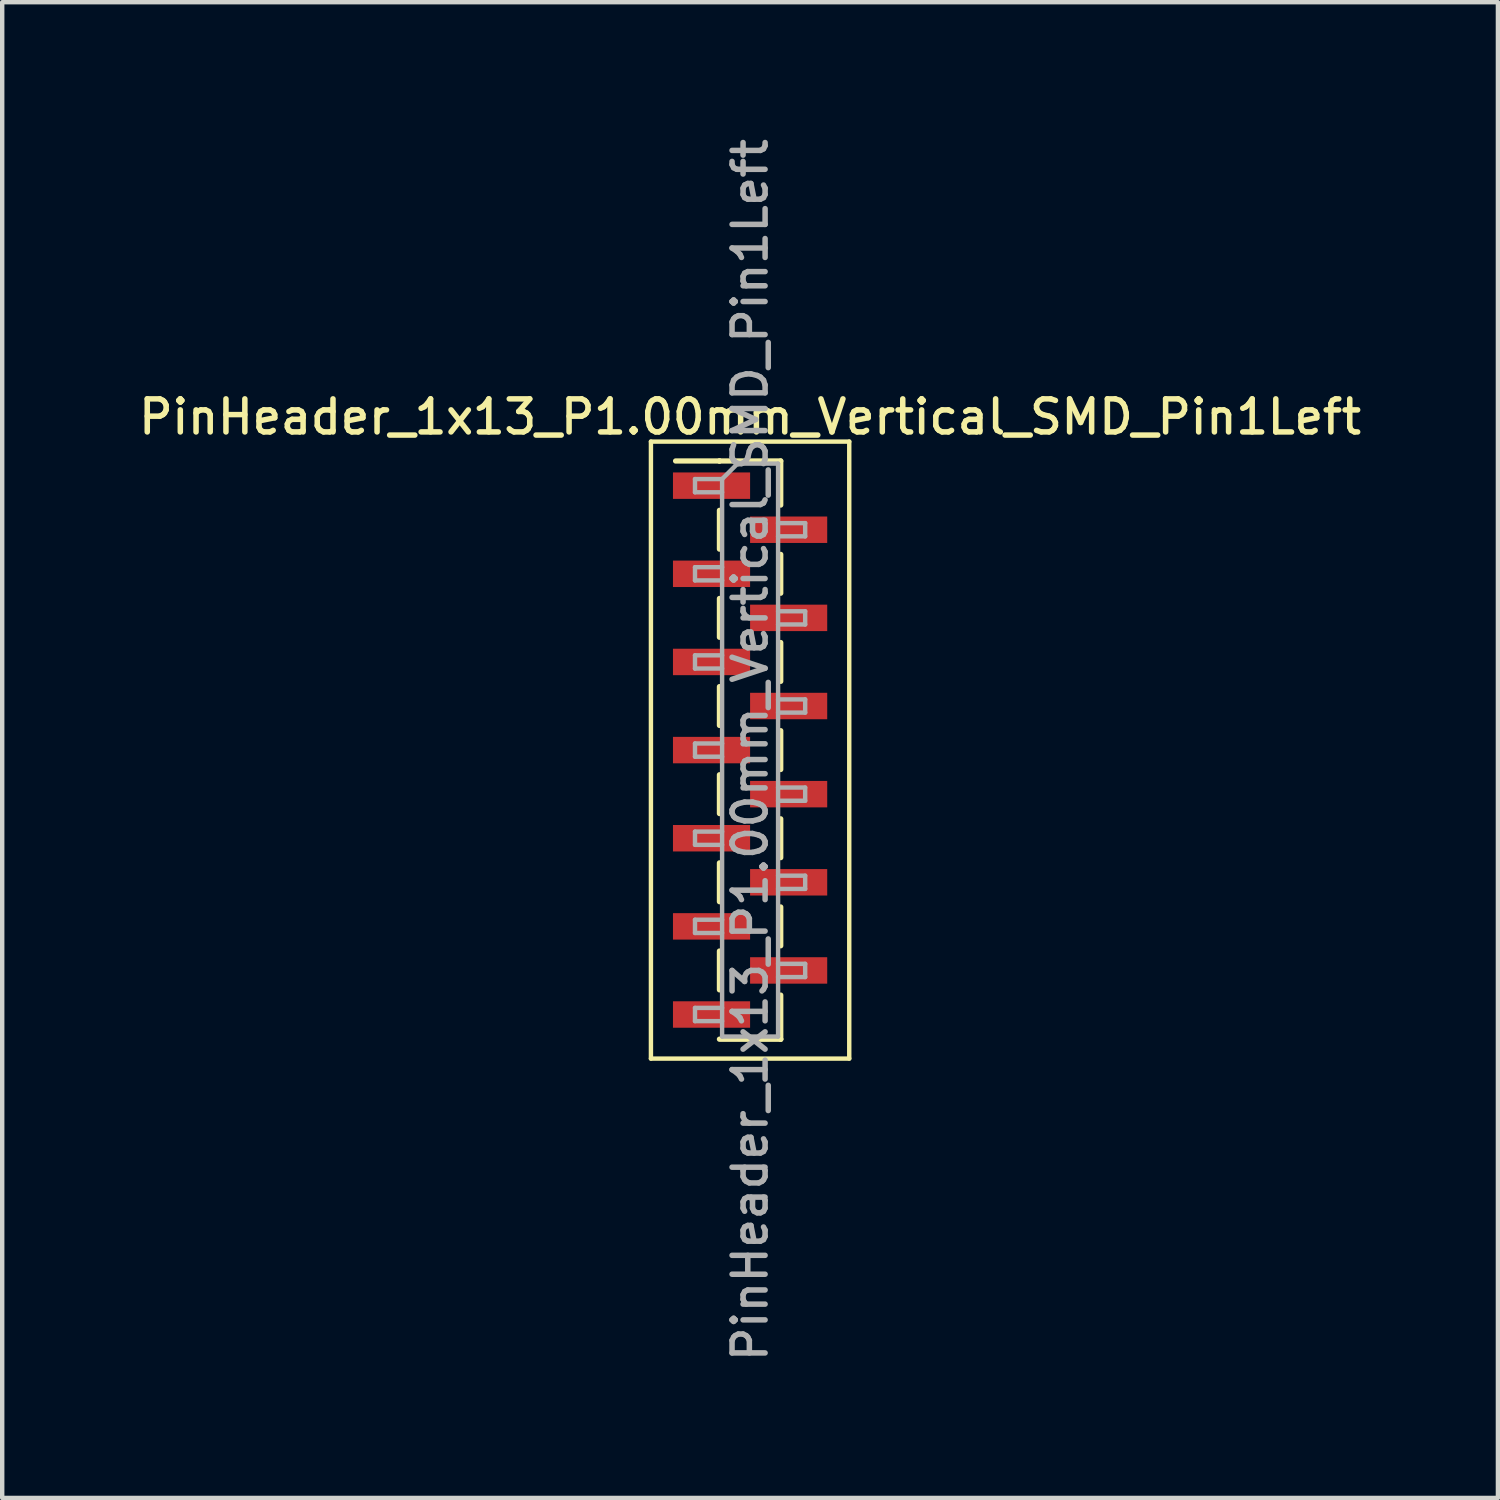
<source format=kicad_pcb>
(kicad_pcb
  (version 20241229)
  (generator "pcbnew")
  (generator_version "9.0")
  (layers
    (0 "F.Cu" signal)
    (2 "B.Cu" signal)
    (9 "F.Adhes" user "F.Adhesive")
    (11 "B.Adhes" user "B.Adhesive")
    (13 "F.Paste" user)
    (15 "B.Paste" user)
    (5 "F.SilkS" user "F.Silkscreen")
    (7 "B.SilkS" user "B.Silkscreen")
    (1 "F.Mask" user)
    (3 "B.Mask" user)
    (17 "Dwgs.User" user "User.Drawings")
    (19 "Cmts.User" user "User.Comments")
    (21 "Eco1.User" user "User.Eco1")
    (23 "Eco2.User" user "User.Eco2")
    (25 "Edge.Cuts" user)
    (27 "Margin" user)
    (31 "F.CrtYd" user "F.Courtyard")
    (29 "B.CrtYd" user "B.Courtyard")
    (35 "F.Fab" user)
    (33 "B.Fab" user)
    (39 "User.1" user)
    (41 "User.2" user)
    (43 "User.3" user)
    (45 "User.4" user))
  (footprint "PinHeader_1x13_P1.00mm_Vertical_SMD_Pin1Left"
    (layer "F.Cu")
    (at 13.97 13.97)
    (property "Reference" "PinHeader_1x13_P1.00mm_Vertical_SMD_Pin1Left" (at 0 -7.56 0) (layer "F.SilkS") (effects (font (size 0.75 0.75) (thickness 0.125))))
    (attr smd)
    (fp_line (start -2.25 -7) (end -2.25 7) (stroke (width 0.1) (type solid)) (layer "F.SilkS"))
    (fp_line (start -2.25 7) (end 2.25 7) (stroke (width 0.1) (type solid)) (layer "F.SilkS"))
    (fp_line (start -0.695 -6.56) (end -1.69 -6.56) (stroke (width 0.12) (type solid)) (layer "F.SilkS"))
    (fp_line (start -0.695 -6.56) (end -0.695 -6.56) (stroke (width 0.12) (type solid)) (layer "F.SilkS"))
    (fp_line (start -0.695 -6.56) (end 0.695 -6.56) (stroke (width 0.12) (type solid)) (layer "F.SilkS"))
    (fp_line (start -0.695 -5.44) (end -0.695 -4.56) (stroke (width 0.12) (type solid)) (layer "F.SilkS"))
    (fp_line (start -0.695 -3.44) (end -0.695 -2.56) (stroke (width 0.12) (type solid)) (layer "F.SilkS"))
    (fp_line (start -0.695 -1.44) (end -0.695 -0.56) (stroke (width 0.12) (type solid)) (layer "F.SilkS"))
    (fp_line (start -0.695 0.56) (end -0.695 1.44) (stroke (width 0.12) (type solid)) (layer "F.SilkS"))
    (fp_line (start -0.695 2.56) (end -0.695 3.44) (stroke (width 0.12) (type solid)) (layer "F.SilkS"))
    (fp_line (start -0.695 4.56) (end -0.695 5.44) (stroke (width 0.12) (type solid)) (layer "F.SilkS"))
    (fp_line (start -0.695 6.56) (end 0.695 6.56) (stroke (width 0.12) (type solid)) (layer "F.SilkS"))
    (fp_line (start 0.695 -6.56) (end 0.695 -5.56) (stroke (width 0.12) (type solid)) (layer "F.SilkS"))
    (fp_line (start 0.695 -4.44) (end 0.695 -3.56) (stroke (width 0.12) (type solid)) (layer "F.SilkS"))
    (fp_line (start 0.695 -2.44) (end 0.695 -1.56) (stroke (width 0.12) (type solid)) (layer "F.SilkS"))
    (fp_line (start 0.695 -0.44) (end 0.695 0.44) (stroke (width 0.12) (type solid)) (layer "F.SilkS"))
    (fp_line (start 0.695 1.56) (end 0.695 2.44) (stroke (width 0.12) (type solid)) (layer "F.SilkS"))
    (fp_line (start 0.695 3.56) (end 0.695 4.44) (stroke (width 0.12) (type solid)) (layer "F.SilkS"))
    (fp_line (start 0.695 5.56) (end 0.695 6.56) (stroke (width 0.12) (type solid)) (layer "F.SilkS"))
    (fp_line (start 0.695 6.56) (end 0.695 6.56) (stroke (width 0.12) (type solid)) (layer "F.SilkS"))
    (fp_line (start 2.25 -7) (end -2.25 -7) (stroke (width 0.1) (type solid)) (layer "F.SilkS"))
    (fp_line (start 2.25 7) (end 2.25 -7) (stroke (width 0.1) (type solid)) (layer "F.SilkS"))
    (fp_line (start -1.25 -6.15) (end -1.25 -5.85) (stroke (width 0.1) (type solid)) (layer "F.Fab"))
    (fp_line (start -1.25 -5.85) (end -0.635 -5.85) (stroke (width 0.1) (type solid)) (layer "F.Fab"))
    (fp_line (start -1.25 -4.15) (end -1.25 -3.85) (stroke (width 0.1) (type solid)) (layer "F.Fab"))
    (fp_line (start -1.25 -3.85) (end -0.635 -3.85) (stroke (width 0.1) (type solid)) (layer "F.Fab"))
    (fp_line (start -1.25 -2.15) (end -1.25 -1.85) (stroke (width 0.1) (type solid)) (layer "F.Fab"))
    (fp_line (start -1.25 -1.85) (end -0.635 -1.85) (stroke (width 0.1) (type solid)) (layer "F.Fab"))
    (fp_line (start -1.25 -0.15) (end -1.25 0.15) (stroke (width 0.1) (type solid)) (layer "F.Fab"))
    (fp_line (start -1.25 0.15) (end -0.635 0.15) (stroke (width 0.1) (type solid)) (layer "F.Fab"))
    (fp_line (start -1.25 1.85) (end -1.25 2.15) (stroke (width 0.1) (type solid)) (layer "F.Fab"))
    (fp_line (start -1.25 2.15) (end -0.635 2.15) (stroke (width 0.1) (type solid)) (layer "F.Fab"))
    (fp_line (start -1.25 3.85) (end -1.25 4.15) (stroke (width 0.1) (type solid)) (layer "F.Fab"))
    (fp_line (start -1.25 4.15) (end -0.635 4.15) (stroke (width 0.1) (type solid)) (layer "F.Fab"))
    (fp_line (start -1.25 5.85) (end -1.25 6.15) (stroke (width 0.1) (type solid)) (layer "F.Fab"))
    (fp_line (start -1.25 6.15) (end -0.635 6.15) (stroke (width 0.1) (type solid)) (layer "F.Fab"))
    (fp_line (start -0.635 -6.15) (end -1.25 -6.15) (stroke (width 0.1) (type solid)) (layer "F.Fab"))
    (fp_line (start -0.635 -6.15) (end -0.285 -6.5) (stroke (width 0.1) (type solid)) (layer "F.Fab"))
    (fp_line (start -0.635 -4.15) (end -1.25 -4.15) (stroke (width 0.1) (type solid)) (layer "F.Fab"))
    (fp_line (start -0.635 -2.15) (end -1.25 -2.15) (stroke (width 0.1) (type solid)) (layer "F.Fab"))
    (fp_line (start -0.635 -0.15) (end -1.25 -0.15) (stroke (width 0.1) (type solid)) (layer "F.Fab"))
    (fp_line (start -0.635 1.85) (end -1.25 1.85) (stroke (width 0.1) (type solid)) (layer "F.Fab"))
    (fp_line (start -0.635 3.85) (end -1.25 3.85) (stroke (width 0.1) (type solid)) (layer "F.Fab"))
    (fp_line (start -0.635 5.85) (end -1.25 5.85) (stroke (width 0.1) (type solid)) (layer "F.Fab"))
    (fp_line (start -0.635 6.5) (end -0.635 -6.15) (stroke (width 0.1) (type solid)) (layer "F.Fab"))
    (fp_line (start -0.285 -6.5) (end 0.635 -6.5) (stroke (width 0.1) (type solid)) (layer "F.Fab"))
    (fp_line (start 0.635 -6.5) (end 0.635 6.5) (stroke (width 0.1) (type solid)) (layer "F.Fab"))
    (fp_line (start 0.635 -5.15) (end 1.25 -5.15) (stroke (width 0.1) (type solid)) (layer "F.Fab"))
    (fp_line (start 0.635 -3.15) (end 1.25 -3.15) (stroke (width 0.1) (type solid)) (layer "F.Fab"))
    (fp_line (start 0.635 -1.15) (end 1.25 -1.15) (stroke (width 0.1) (type solid)) (layer "F.Fab"))
    (fp_line (start 0.635 0.85) (end 1.25 0.85) (stroke (width 0.1) (type solid)) (layer "F.Fab"))
    (fp_line (start 0.635 2.85) (end 1.25 2.85) (stroke (width 0.1) (type solid)) (layer "F.Fab"))
    (fp_line (start 0.635 4.85) (end 1.25 4.85) (stroke (width 0.1) (type solid)) (layer "F.Fab"))
    (fp_line (start 0.635 6.5) (end -0.635 6.5) (stroke (width 0.1) (type solid)) (layer "F.Fab"))
    (fp_line (start 1.25 -5.15) (end 1.25 -4.85) (stroke (width 0.1) (type solid)) (layer "F.Fab"))
    (fp_line (start 1.25 -4.85) (end 0.635 -4.85) (stroke (width 0.1) (type solid)) (layer "F.Fab"))
    (fp_line (start 1.25 -3.15) (end 1.25 -2.85) (stroke (width 0.1) (type solid)) (layer "F.Fab"))
    (fp_line (start 1.25 -2.85) (end 0.635 -2.85) (stroke (width 0.1) (type solid)) (layer "F.Fab"))
    (fp_line (start 1.25 -1.15) (end 1.25 -0.85) (stroke (width 0.1) (type solid)) (layer "F.Fab"))
    (fp_line (start 1.25 -0.85) (end 0.635 -0.85) (stroke (width 0.1) (type solid)) (layer "F.Fab"))
    (fp_line (start 1.25 0.85) (end 1.25 1.15) (stroke (width 0.1) (type solid)) (layer "F.Fab"))
    (fp_line (start 1.25 1.15) (end 0.635 1.15) (stroke (width 0.1) (type solid)) (layer "F.Fab"))
    (fp_line (start 1.25 2.85) (end 1.25 3.15) (stroke (width 0.1) (type solid)) (layer "F.Fab"))
    (fp_line (start 1.25 3.15) (end 0.635 3.15) (stroke (width 0.1) (type solid)) (layer "F.Fab"))
    (fp_line (start 1.25 4.85) (end 1.25 5.15) (stroke (width 0.1) (type solid)) (layer "F.Fab"))
    (fp_line (start 1.25 5.15) (end 0.635 5.15) (stroke (width 0.1) (type solid)) (layer "F.Fab"))
    (fp_text user "${REFERENCE}" (at 0 0 90) (layer "F.Fab") (effects (font (size 0.75 0.75) (thickness 0.125))))
    (pad "1" smd rect (at -0.875 -6) (size 1.75 0.6) (layers "F.Cu" "F.Mask" "F.Paste"))
    (pad "2" smd rect (at 0.875 -5) (size 1.75 0.6) (layers "F.Cu" "F.Mask" "F.Paste"))
    (pad "3" smd rect (at -0.875 -4) (size 1.75 0.6) (layers "F.Cu" "F.Mask" "F.Paste"))
    (pad "4" smd rect (at 0.875 -3) (size 1.75 0.6) (layers "F.Cu" "F.Mask" "F.Paste"))
    (pad "5" smd rect (at -0.875 -2) (size 1.75 0.6) (layers "F.Cu" "F.Mask" "F.Paste"))
    (pad "6" smd rect (at 0.875 -1) (size 1.75 0.6) (layers "F.Cu" "F.Mask" "F.Paste"))
    (pad "7" smd rect (at -0.875 0) (size 1.75 0.6) (layers "F.Cu" "F.Mask" "F.Paste"))
    (pad "8" smd rect (at 0.875 1) (size 1.75 0.6) (layers "F.Cu" "F.Mask" "F.Paste"))
    (pad "9" smd rect (at -0.875 2) (size 1.75 0.6) (layers "F.Cu" "F.Mask" "F.Paste"))
    (pad "10" smd rect (at 0.875 3) (size 1.75 0.6) (layers "F.Cu" "F.Mask" "F.Paste"))
    (pad "11" smd rect (at -0.875 4) (size 1.75 0.6) (layers "F.Cu" "F.Mask" "F.Paste"))
    (pad "12" smd rect (at 0.875 5) (size 1.75 0.6) (layers "F.Cu" "F.Mask" "F.Paste"))
    (pad "13" smd rect (at -0.875 6) (size 1.75 0.6) (layers "F.Cu" "F.Mask" "F.Paste")))
  (gr_rect
    (start -3 -3)
    (end 30.939 30.939)
    (stroke (width 0.1) (type default))
    (fill no)
    (layer "Edge.Cuts")))
</source>
